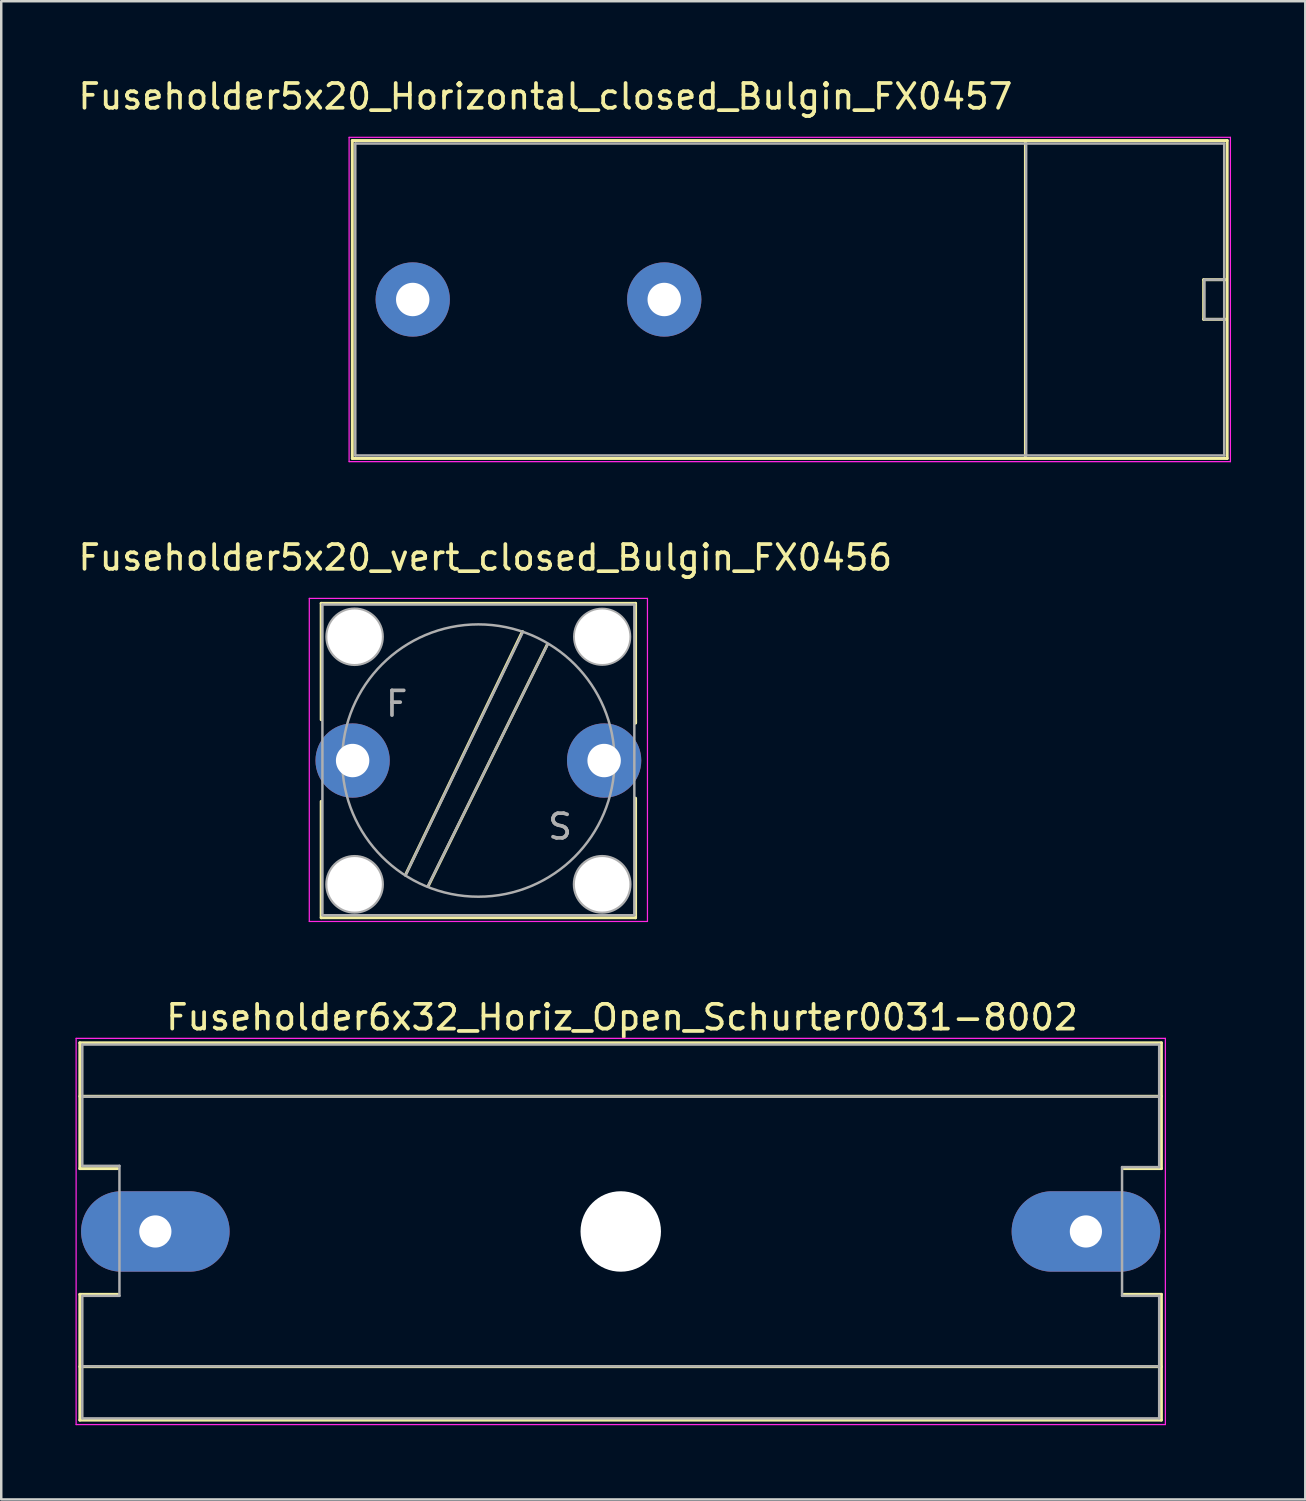
<source format=kicad_pcb>
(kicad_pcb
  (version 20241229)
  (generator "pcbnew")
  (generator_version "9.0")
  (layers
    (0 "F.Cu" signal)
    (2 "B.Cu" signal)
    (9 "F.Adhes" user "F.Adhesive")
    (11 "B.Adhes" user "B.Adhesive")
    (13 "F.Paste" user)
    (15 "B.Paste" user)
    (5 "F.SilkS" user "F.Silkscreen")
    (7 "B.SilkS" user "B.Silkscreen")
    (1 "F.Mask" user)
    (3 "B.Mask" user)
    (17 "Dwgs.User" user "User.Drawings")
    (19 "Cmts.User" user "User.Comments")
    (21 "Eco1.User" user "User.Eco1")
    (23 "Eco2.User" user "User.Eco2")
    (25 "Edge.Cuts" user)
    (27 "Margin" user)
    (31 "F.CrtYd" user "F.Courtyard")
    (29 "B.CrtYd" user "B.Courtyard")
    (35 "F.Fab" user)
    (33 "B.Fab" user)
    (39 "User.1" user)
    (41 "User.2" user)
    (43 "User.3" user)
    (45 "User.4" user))
  (footprint "Fuseholder5x20_Horizontal_closed_Bulgin_FX0457"
    (layer "F.Cu")
    (at 13.622 9.048)
    (property "Reference" "Fuseholder5x20_Horizontal_closed_Bulgin_FX0457" (at 5.36 -8.2 0) (layer "F.SilkS") (effects (font (size 1 1) (thickness 0.15))))
    (attr through_hole)
    (fp_line (start -2.44 -6.42) (end -2.44 6.42) (stroke (width 0.12) (type solid)) (layer "F.SilkS"))
    (fp_line (start -2.44 -6.42) (end 32.9 -6.42) (stroke (width 0.12) (type solid)) (layer "F.SilkS"))
    (fp_line (start 24.75 -6.4) (end 24.75 6.4) (stroke (width 0.12) (type solid)) (layer "F.SilkS"))
    (fp_line (start 31.95 -0.8) (end 31.95 0.8) (stroke (width 0.12) (type solid)) (layer "F.SilkS"))
    (fp_line (start 31.95 0.8) (end 32.85 0.8) (stroke (width 0.12) (type solid)) (layer "F.SilkS"))
    (fp_line (start 32.85 -0.8) (end 31.95 -0.8) (stroke (width 0.12) (type solid)) (layer "F.SilkS"))
    (fp_line (start 32.9 6.42) (end -2.44 6.42) (stroke (width 0.12) (type solid)) (layer "F.SilkS"))
    (fp_line (start 32.9 6.42) (end 32.9 -6.42) (stroke (width 0.12) (type solid)) (layer "F.SilkS"))
    (fp_line (start -2.57 -6.55) (end -2.57 6.55) (stroke (width 0.05) (type solid)) (layer "F.CrtYd"))
    (fp_line (start -2.57 -6.55) (end 33.03 -6.55) (stroke (width 0.05) (type solid)) (layer "F.CrtYd"))
    (fp_line (start 33.03 6.55) (end -2.57 6.55) (stroke (width 0.05) (type solid)) (layer "F.CrtYd"))
    (fp_line (start 33.03 6.55) (end 33.03 -6.55) (stroke (width 0.05) (type solid)) (layer "F.CrtYd"))
    (fp_line (start -2.32 6.3) (end -2.32 -6.3) (stroke (width 0.1) (type solid)) (layer "F.Fab"))
    (fp_line (start -2.32 6.3) (end 32.78 6.3) (stroke (width 0.1) (type solid)) (layer "F.Fab"))
    (fp_line (start 24.78 6.3) (end 24.78 -6.3) (stroke (width 0.1) (type solid)) (layer "F.Fab"))
    (fp_line (start 31.98 -0.8) (end 31.98 0.8) (stroke (width 0.1) (type solid)) (layer "F.Fab"))
    (fp_line (start 31.98 0.8) (end 32.78 0.8) (stroke (width 0.1) (type solid)) (layer "F.Fab"))
    (fp_line (start 32.78 -6.3) (end -2.32 -6.3) (stroke (width 0.1) (type solid)) (layer "F.Fab"))
    (fp_line (start 32.78 -0.8) (end 31.98 -0.8) (stroke (width 0.1) (type solid)) (layer "F.Fab"))
    (fp_line (start 32.78 6.3) (end 32.78 -6.3) (stroke (width 0.1) (type solid)) (layer "F.Fab"))
    (pad "1" thru_hole circle (at 0 0) (size 3 3) (drill 1.35) (layers "*.Cu" "*.Mask"))
    (pad "2" thru_hole circle (at 10.16 0) (size 3 3) (drill 1.35) (layers "*.Cu" "*.Mask")))
  (footprint "Fuseholder5x20_vert_closed_Bulgin_FX0456"
    (layer "F.Cu")
    (at 11.194 27.672)
    (property "Reference" "Fuseholder5x20_vert_closed_Bulgin_FX0456" (at 5.36 -8.2 0) (layer "F.SilkS") (effects (font (size 1 1) (thickness 0.15))))
    (attr through_hole)
    (fp_line (start -1.27 -6.35) (end -1.27 -1.65) (stroke (width 0.12) (type solid)) (layer "F.SilkS"))
    (fp_line (start -1.27 6.35) (end -1.27 1.65) (stroke (width 0.12) (type solid)) (layer "F.SilkS"))
    (fp_line (start -1.27 6.35) (end 11.43 6.35) (stroke (width 0.12) (type solid)) (layer "F.SilkS"))
    (fp_line (start 6.86 -5.21) (end 2.16 4.57) (stroke (width 0.12) (type solid)) (layer "F.SilkS"))
    (fp_line (start 7.87 -4.7) (end 3.05 5.08) (stroke (width 0.12) (type solid)) (layer "F.SilkS"))
    (fp_line (start 11.43 -6.35) (end -1.27 -6.35) (stroke (width 0.12) (type solid)) (layer "F.SilkS"))
    (fp_line (start 11.43 -6.35) (end 11.43 -1.52) (stroke (width 0.12) (type solid)) (layer "F.SilkS"))
    (fp_line (start 11.43 -1.52) (end 11.43 -1.65) (stroke (width 0.12) (type solid)) (layer "F.SilkS"))
    (fp_line (start 11.43 6.35) (end 11.43 1.52) (stroke (width 0.12) (type solid)) (layer "F.SilkS"))
    (fp_line (start -1.75 -6.55) (end -1.75 6.5) (stroke (width 0.05) (type solid)) (layer "F.CrtYd"))
    (fp_line (start -1.75 -6.55) (end 11.91 -6.55) (stroke (width 0.05) (type solid)) (layer "F.CrtYd"))
    (fp_line (start 11.91 6.5) (end -1.75 6.5) (stroke (width 0.05) (type solid)) (layer "F.CrtYd"))
    (fp_line (start 11.91 6.5) (end 11.91 -6.55) (stroke (width 0.05) (type solid)) (layer "F.CrtYd"))
    (fp_line (start -1.22 -6.3) (end -1.22 6.25) (stroke (width 0.1) (type solid)) (layer "F.Fab"))
    (fp_line (start -1.22 6.25) (end 11.38 6.25) (stroke (width 0.1) (type solid)) (layer "F.Fab"))
    (fp_line (start 3.03 5.1) (end 7.88 -4.7) (stroke (width 0.1) (type solid)) (layer "F.Fab"))
    (fp_line (start 6.88 -5.2) (end 2.13 4.65) (stroke (width 0.1) (type solid)) (layer "F.Fab"))
    (fp_line (start 11.38 -6.3) (end -1.22 -6.3) (stroke (width 0.1) (type solid)) (layer "F.Fab"))
    (fp_line (start 11.38 6.25) (end 11.38 -6.3) (stroke (width 0.1) (type solid)) (layer "F.Fab"))
    (fp_circle (center 0.08 -5) (end 0.48 -3.94) (stroke (width 0.1) (type solid)) (fill no) (layer "F.Fab"))
    (fp_circle (center 0.08 5) (end 0.58 6.02) (stroke (width 0.1) (type solid)) (fill no) (layer "F.Fab"))
    (fp_circle (center 5.08 0) (end 5.13 5.5) (stroke (width 0.1) (type solid)) (fill no) (layer "F.Fab"))
    (fp_circle (center 10.08 -5) (end 10.46 -3.94) (stroke (width 0.1) (type solid)) (fill no) (layer "F.Fab"))
    (fp_circle (center 10.08 5) (end 10.64 5.99) (stroke (width 0.1) (type solid)) (fill no) (layer "F.Fab"))
    (fp_text user "F" (at 1.78 -2.29 0) (layer "F.Fab") (effects (font (size 1 1) (thickness 0.15))))
    (fp_text user "S" (at 8.38 2.67 0) (layer "F.Fab") (effects (font (size 1 1) (thickness 0.15))))
    (pad "1" thru_hole circle (at 0 0) (size 3 3) (drill 1.35) (layers "*.Cu" "*.Mask"))
    (pad "2" thru_hole circle (at 10.16 0) (size 3 3) (drill 1.35) (layers "*.Cu" "*.Mask"))
    (pad "3" thru_hole circle (at 0.08 -5) (size 2.2 2.2) (drill 2.2) (layers "*.Cu" "Dwgs.User"))
    (pad "3" thru_hole circle (at 0.08 5) (size 2.2 2.2) (drill 2.2) (layers "*.Cu" "Dwgs.User"))
    (pad "3" thru_hole circle (at 10.08 -5) (size 2.2 2.2) (drill 2.2) (layers "*.Cu" "Dwgs.User"))
    (pad "3" thru_hole circle (at 10.08 5) (size 2.2 2.2) (drill 2.2) (layers "*.Cu" "Dwgs.User")))
  (footprint "Fuseholder6x32_Horiz_Open_Schurter0031-8002"
    (layer "F.Cu")
    (at 3.225 46.695)
    (property "Reference" "Fuseholder6x32_Horiz_Open_Schurter0031-8002" (at 18.85 -8.65 0) (layer "F.SilkS") (effects (font (size 1 1) (thickness 0.15))))
    (attr through_hole)
    (fp_line (start -3.05 -7.62) (end -3.05 -2.54) (stroke (width 0.12) (type solid)) (layer "F.SilkS"))
    (fp_line (start -3.05 -7.62) (end 40.64 -7.62) (stroke (width 0.12) (type solid)) (layer "F.SilkS"))
    (fp_line (start -3.05 -5.46) (end 40.64 -5.46) (stroke (width 0.12) (type solid)) (layer "F.SilkS"))
    (fp_line (start -3.05 -2.54) (end -1.52 -2.54) (stroke (width 0.12) (type solid)) (layer "F.SilkS"))
    (fp_line (start -3.05 2.54) (end -3.05 7.62) (stroke (width 0.12) (type solid)) (layer "F.SilkS"))
    (fp_line (start -1.52 2.54) (end -3.05 2.54) (stroke (width 0.12) (type solid)) (layer "F.SilkS"))
    (fp_line (start 39.12 2.54) (end 40.64 2.54) (stroke (width 0.12) (type solid)) (layer "F.SilkS"))
    (fp_line (start 40.64 -7.62) (end 40.64 -2.54) (stroke (width 0.12) (type solid)) (layer "F.SilkS"))
    (fp_line (start 40.64 -2.54) (end 39.12 -2.54) (stroke (width 0.12) (type solid)) (layer "F.SilkS"))
    (fp_line (start 40.64 2.54) (end 40.64 7.62) (stroke (width 0.12) (type solid)) (layer "F.SilkS"))
    (fp_line (start 40.64 5.46) (end -3.05 5.46) (stroke (width 0.12) (type solid)) (layer "F.SilkS"))
    (fp_line (start 40.64 7.62) (end -3.05 7.62) (stroke (width 0.12) (type solid)) (layer "F.SilkS"))
    (fp_line (start -3.2 -7.8) (end -3.2 7.8) (stroke (width 0.05) (type solid)) (layer "F.CrtYd"))
    (fp_line (start -3.2 -7.8) (end 40.8 -7.8) (stroke (width 0.05) (type solid)) (layer "F.CrtYd"))
    (fp_line (start 40.8 7.8) (end -3.2 7.8) (stroke (width 0.05) (type solid)) (layer "F.CrtYd"))
    (fp_line (start 40.8 7.8) (end 40.8 -7.8) (stroke (width 0.05) (type solid)) (layer "F.CrtYd"))
    (fp_line (start -2.95 -7.55) (end -2.95 -2.65) (stroke (width 0.1) (type solid)) (layer "F.Fab"))
    (fp_line (start -2.95 -5.45) (end 40.55 -5.45) (stroke (width 0.1) (type solid)) (layer "F.Fab"))
    (fp_line (start -2.95 -2.65) (end -1.45 -2.65) (stroke (width 0.1) (type solid)) (layer "F.Fab"))
    (fp_line (start -2.95 2.6) (end -2.95 7.55) (stroke (width 0.1) (type solid)) (layer "F.Fab"))
    (fp_line (start -2.95 5.45) (end 40.55 5.45) (stroke (width 0.1) (type solid)) (layer "F.Fab"))
    (fp_line (start -2.95 7.55) (end 40.55 7.55) (stroke (width 0.1) (type solid)) (layer "F.Fab"))
    (fp_line (start -1.45 -2.65) (end -1.45 2.6) (stroke (width 0.1) (type solid)) (layer "F.Fab"))
    (fp_line (start -1.45 2.6) (end -2.95 2.6) (stroke (width 0.1) (type solid)) (layer "F.Fab"))
    (fp_line (start 39.05 -2.6) (end 40.55 -2.6) (stroke (width 0.1) (type solid)) (layer "F.Fab"))
    (fp_line (start 39.05 2.6) (end 39.05 -2.6) (stroke (width 0.1) (type solid)) (layer "F.Fab"))
    (fp_line (start 40.55 -7.55) (end -2.95 -7.55) (stroke (width 0.1) (type solid)) (layer "F.Fab"))
    (fp_line (start 40.55 -2.6) (end 40.55 -7.55) (stroke (width 0.1) (type solid)) (layer "F.Fab"))
    (fp_line (start 40.55 2.6) (end 39.05 2.6) (stroke (width 0.1) (type solid)) (layer "F.Fab"))
    (fp_line (start 40.55 7.55) (end 40.55 2.6) (stroke (width 0.1) (type solid)) (layer "F.Fab"))
    (pad "" np_thru_hole circle (at 18.8 0) (size 3.25 3.25) (drill 3.25) (layers "*.Cu" "*.Mask"))
    (pad "1" thru_hole oval (at 0 0 90) (size 3.25 6) (drill 1.3) (layers "*.Cu" "*.Mask"))
    (pad "2" thru_hole oval (at 37.59 0 90) (size 3.25 6) (drill 1.3) (layers "*.Cu" "*.Mask")))
  (gr_rect
    (start -3 -3)
    (end 49.677 57.52)
    (stroke (width 0.1) (type default))
    (fill no)
    (layer "Edge.Cuts")))
</source>
